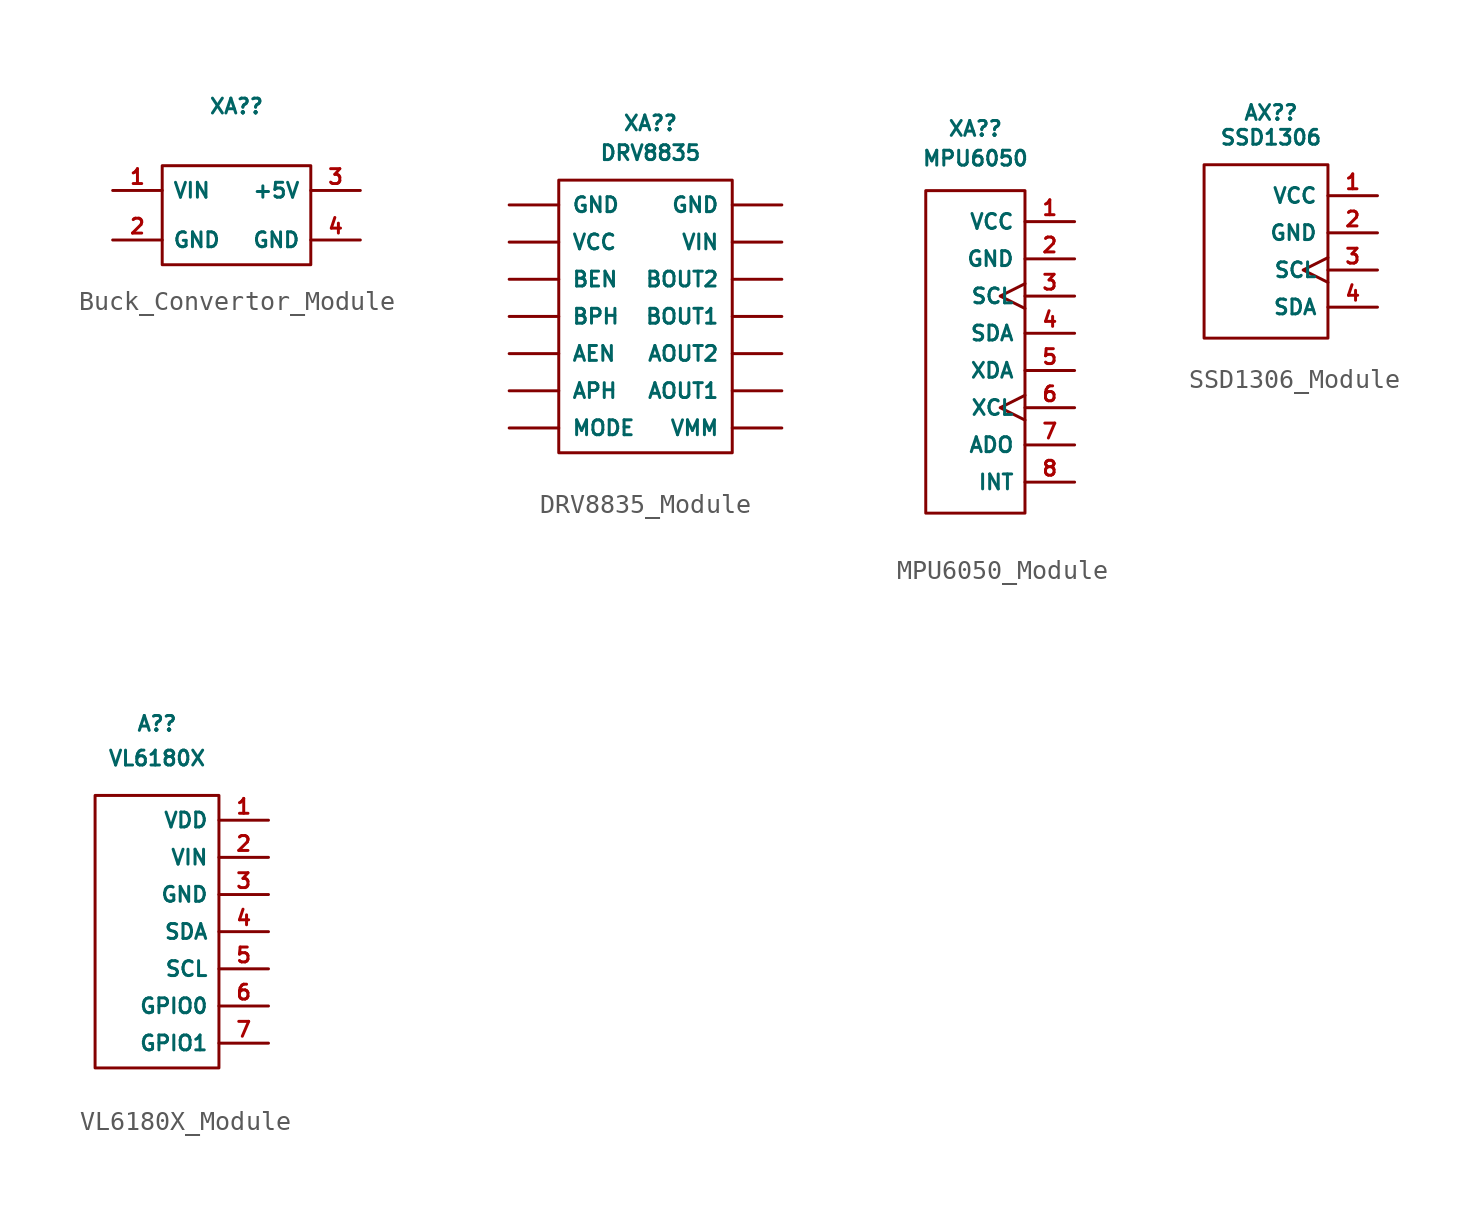
<source format=kicad_sym>
(kicad_symbol_lib
  (version 20241209)
  (generator "kicad_symbol_editor")
  (generator_version "9.0")
  (symbol "Buck_Convertor_Module"
    (property "Reference" "XA?"
      (at 0 5.588 0)
      (effects (font (size 0.762 0.762))))
    (property "Value" ""
      (at 0 0 0)
      (effects (font (size 1.27 1.27))))
    (symbol "Buck_Convertor_Module_0_1"
      (rectangle (start -3.81 2.54) (end 3.81 -2.54) (stroke (width 0.152) (type default)) (fill (type none))))
    (symbol "Buck_Convertor_Module_1_1"
      (pin power_in line (at -6.35 1.27 0) (length 2.54) (name "VIN" (effects (font (size 0.762 0.762)))) (number "1" (effects (font (size 0.762 0.762)))))
      (pin passive line (at -6.35 -1.27 0) (length 2.54) (name "GND" (effects (font (size 0.762 0.762)))) (number "2" (effects (font (size 0.762 0.762)))))
      (pin power_out line (at 6.35 1.27 180) (length 2.54) (name "+5V" (effects (font (size 0.762 0.762)))) (number "3" (effects (font (size 0.762 0.762)))))
      (pin passive line (at 6.35 -1.27 180) (length 2.54) (name "GND" (effects (font (size 0.762 0.762)))) (number "4" (effects (font (size 0.762 0.762)))))))
  (symbol "DRV8835_Module"
    (pin_names
      (offset 0.635))
    (property "Reference" "XA?"
      (at 0.254 9.906 0)
      (effects (font (size 0.762 0.762))))
    (property "Value" "DRV8835"
      (at 0.254 8.382 0)
      (effects (font (size 0.762 0.762))))
    (symbol "DRV8835_Module_0_1"
      (rectangle (start -4.445 6.985) (end 4.445 -6.985) (stroke (width 0) (type default)) (fill (type none))))
    (symbol "DRV8835_Module_1_0"
      (pin passive line (at -6.985 5.715 0) (length 2.54) (name "GND" (effects (font (size 0.762 0.762)))) (number "" (effects (font (size 0.762 0.762)))))
      (pin power_in line (at -6.985 3.81 0) (length 2.54) (name "VCC" (effects (font (size 0.762 0.762)))) (number "" (effects (font (size 0.762 0.762)))))
      (pin input line (at -6.985 1.905 0) (length 2.54) (name "BEN" (effects (font (size 0.762 0.762)))) (number "" (effects (font (size 0.762 0.762)))))
      (pin input line (at -6.985 0 0) (length 2.54) (name "BPH" (effects (font (size 0.762 0.762)))) (number "" (effects (font (size 0.762 0.762)))))
      (pin input line (at -6.985 -1.905 0) (length 2.54) (name "AEN" (effects (font (size 0.762 0.762)))) (number "" (effects (font (size 0.762 0.762)))))
      (pin input line (at -6.985 -3.81 0) (length 2.54) (name "APH" (effects (font (size 0.762 0.762)))) (number "" (effects (font (size 0.762 0.762)))))
      (pin input line (at -6.985 -5.715 0) (length 2.54) (name "MODE" (effects (font (size 0.762 0.762)))) (number "" (effects (font (size 0.762 0.762)))))
      (pin passive line (at 6.985 5.715 180) (length 2.54) (name "GND" (effects (font (size 0.762 0.762)))) (number "" (effects (font (size 0.762 0.762)))))
      (pin power_in line (at 6.985 3.81 180) (length 2.54) (name "VIN" (effects (font (size 0.762 0.762)))) (number "" (effects (font (size 0.762 0.762)))))
      (pin output line (at 6.985 1.905 180) (length 2.54) (name "BOUT2" (effects (font (size 0.762 0.762)))) (number "" (effects (font (size 0.762 0.762)))))
      (pin output line (at 6.985 0 180) (length 2.54) (name "BOUT1" (effects (font (size 0.762 0.762)))) (number "" (effects (font (size 0.762 0.762)))))
      (pin output line (at 6.985 -1.905 180) (length 2.54) (name "AOUT2" (effects (font (size 0.762 0.762)))) (number "" (effects (font (size 0.762 0.762)))))
      (pin output line (at 6.985 -3.81 180) (length 2.54) (name "AOUT1" (effects (font (size 0.762 0.762)))) (number "" (effects (font (size 0.762 0.762)))))
      (pin passive line (at 6.985 -5.715 180) (length 2.54) (name "VMM" (effects (font (size 0.762 0.762)))) (number "" (effects (font (size 0.762 0.762)))))))
  (symbol "MPU6050_Module"
    (property "Reference" "XA?"
      (at 0 11.43 0)
      (effects (font (size 0.762 0.762))))
    (property "Value" "MPU6050"
      (at 0 9.906 0)
      (effects (font (size 0.762 0.762))))
    (symbol "MPU6050_Module_0_1"
      (rectangle (start -2.54 8.255) (end 2.54 -8.255) (stroke (width 0) (type default)) (fill (type none))))
    (symbol "MPU6050_Module_1_0"
      (pin power_in line (at 5.08 6.668 180) (length 2.54) (name "VCC" (effects (font (size 0.762 0.762)))) (number "1" (effects (font (size 0.762 0.762)))))
      (pin passive line (at 5.08 4.763 180) (length 2.54) (name "GND" (effects (font (size 0.762 0.762)))) (number "2" (effects (font (size 0.762 0.762)))))
      (pin bidirectional clock (at 5.08 2.857 180) (length 2.54) (name "SCL" (effects (font (size 0.762 0.762)))) (number "3" (effects (font (size 0.762 0.762)))))
      (pin bidirectional line (at 5.08 0.953 180) (length 2.54) (name "SDA" (effects (font (size 0.762 0.762)))) (number "4" (effects (font (size 0.762 0.762)))))
      (pin bidirectional line (at 5.08 -0.953 180) (length 2.54) (name "XDA" (effects (font (size 0.762 0.762)))) (number "5" (effects (font (size 0.762 0.762)))))
      (pin passive clock (at 5.08 -2.857 180) (length 2.54) (name "XCL" (effects (font (size 0.762 0.762)))) (number "6" (effects (font (size 0.762 0.762)))))
      (pin passive line (at 5.08 -4.763 180) (length 2.54) (name "ADO" (effects (font (size 0.762 0.762)))) (number "7" (effects (font (size 0.762 0.762)))))
      (pin output line (at 5.08 -6.668 180) (length 2.54) (name "INT" (effects (font (size 0.762 0.762)))) (number "8" (effects (font (size 0.762 0.762)))))))
  (symbol "SSD1306_Module"
    (property "Reference" "AX?"
      (at 0.254 7.112 0)
      (effects (font (size 0.762 0.762))))
    (property "Value" "SSD1306"
      (at 0.254 5.842 0)
      (effects (font (size 0.762 0.762))))
    (symbol "SSD1306_Module_0_1"
      (rectangle (start -3.175 4.445) (end 3.175 -4.445) (stroke (width 0) (type default)) (fill (type none))))
    (symbol "SSD1306_Module_1_0"
      (pin power_in line (at 5.715 2.857 180) (length 2.54) (name "VCC" (effects (font (size 0.762 0.762)))) (number "1" (effects (font (size 0.762 0.762)))))
      (pin passive line (at 5.715 0.953 180) (length 2.54) (name "GND" (effects (font (size 0.762 0.762)))) (number "2" (effects (font (size 0.762 0.762)))))
      (pin bidirectional clock (at 5.715 -0.953 180) (length 2.54) (name "SCL" (effects (font (size 0.762 0.762)))) (number "3" (effects (font (size 0.762 0.762)))))
      (pin bidirectional line (at 5.715 -2.857 180) (length 2.54) (name "SDA" (effects (font (size 0.762 0.762)))) (number "4" (effects (font (size 0.762 0.762)))))))
  (symbol "VL6180X_Module"
    (property "Reference" "A?"
      (at 0 10.668 0)
      (effects (font (size 0.762 0.762))))
    (property "Value" "VL6180X"
      (at 0 8.89 0)
      (effects (font (size 0.762 0.762))))
    (symbol "VL6180X_Module_1_0"
      (pin input line (at 5.715 5.715 180) (length 2.54) (name "VDD" (effects (font (size 0.762 0.762)))) (number "1" (effects (font (size 0.762 0.762)))))
      (pin input line (at 5.715 3.81 180) (length 2.54) (name "VIN" (effects (font (size 0.762 0.762)))) (number "2" (effects (font (size 0.762 0.762)))))
      (pin input line (at 5.715 1.905 180) (length 2.54) (name "GND" (effects (font (size 0.762 0.762)))) (number "3" (effects (font (size 0.762 0.762)))))
      (pin input line (at 5.715 0 180) (length 2.54) (name "SDA" (effects (font (size 0.762 0.762)))) (number "4" (effects (font (size 0.762 0.762)))))
      (pin input line (at 5.715 -1.905 180) (length 2.54) (name "SCL" (effects (font (size 0.762 0.762)))) (number "5" (effects (font (size 0.762 0.762)))))
      (pin input line (at 5.715 -3.81 180) (length 2.54) (name "GPIO0" (effects (font (size 0.762 0.762)))) (number "6" (effects (font (size 0.762 0.762)))))
      (pin input line (at 5.715 -5.715 180) (length 2.54) (name "GPIO1" (effects (font (size 0.762 0.762)))) (number "7" (effects (font (size 0.762 0.762))))))
    (symbol "VL6180X_Module_1_1"
      (rectangle (start -3.175 6.985) (end 3.175 -6.985) (stroke (width 0) (type solid)) (fill (type none))))))
</source>
